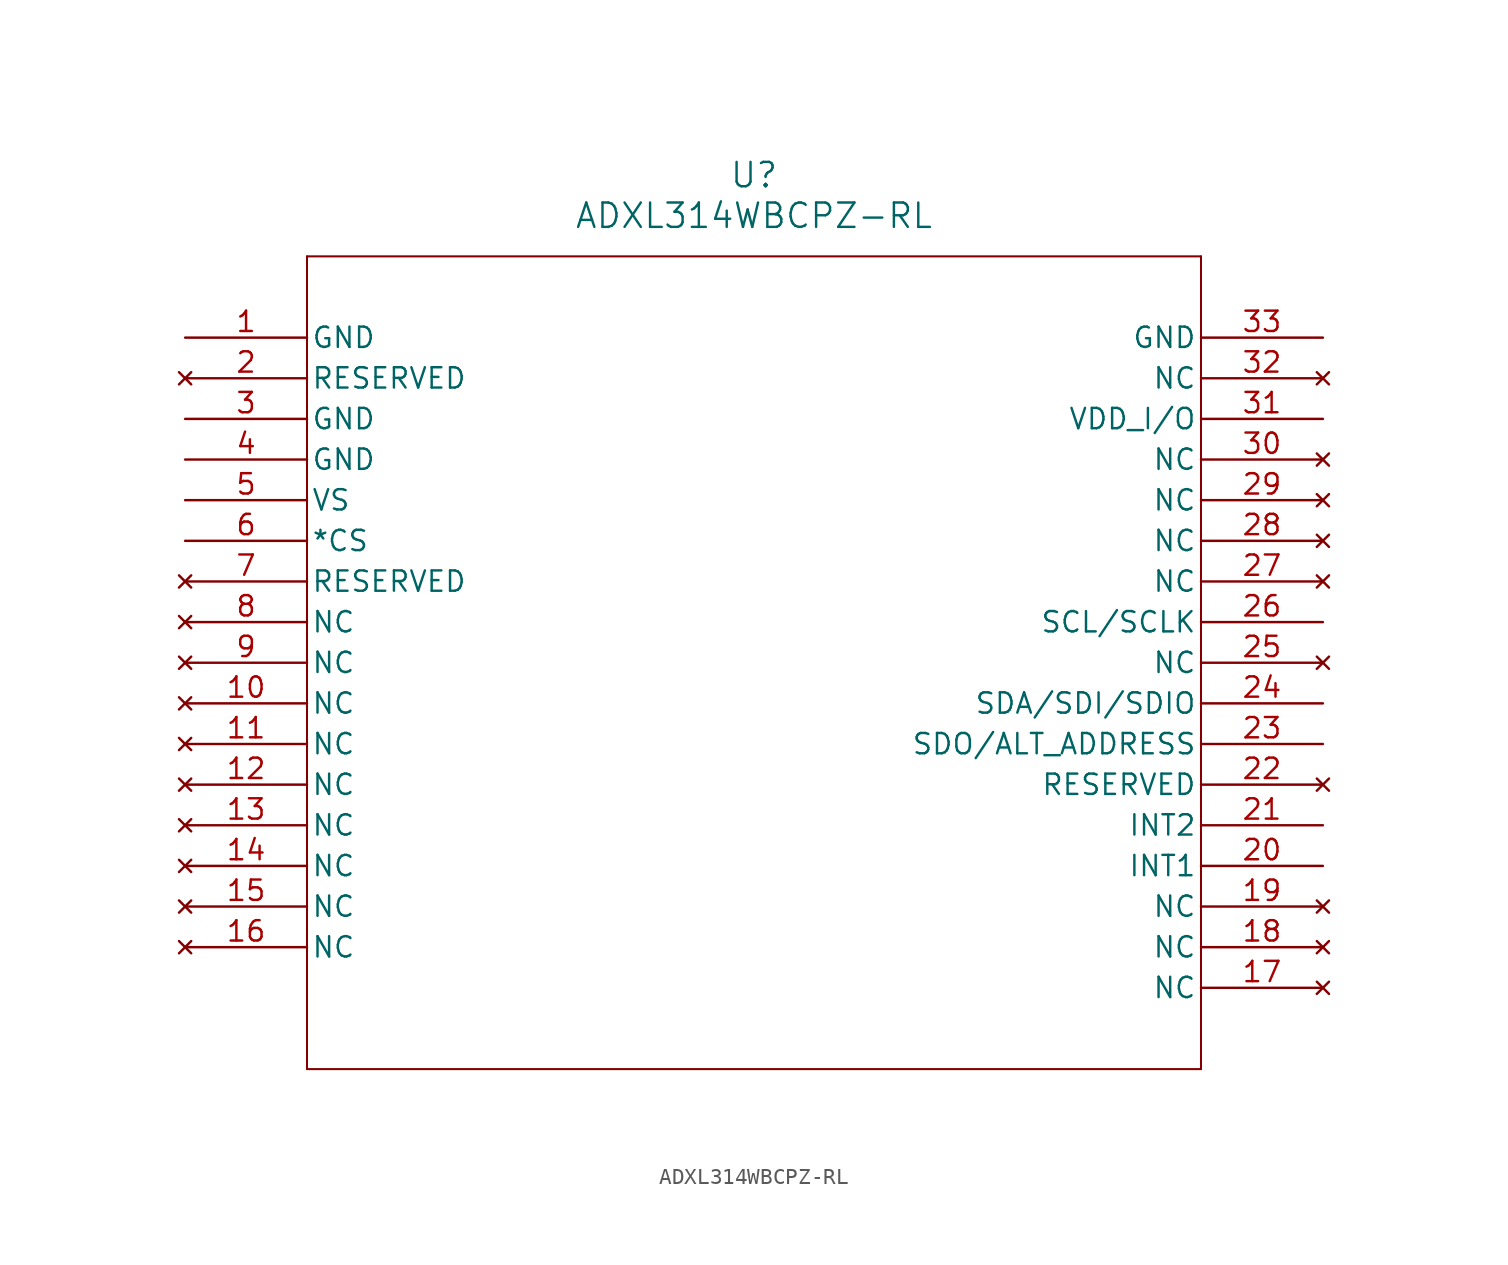
<source format=kicad_sym>
(kicad_symbol_lib
  (version 20211014)
  (generator kicad_symbol_editor)
  (symbol "ADXL314WBCPZ-RL"
    (pin_names
      (offset 0.254))
    (property "Reference" "U"
      (at 35.56 10.16 0)
      (effects (font (size 1.524 1.524))))
    (property "Value" "ADXL314WBCPZ-RL"
      (at 35.56 7.62 0)
      (effects (font (size 1.524 1.524))))
    (symbol "ADXL314WBCPZ-RL_0_1"
      (polyline (pts (xy 7.62 5.08) (xy 7.62 -45.72)) (stroke (width 0.127) (type default) (color 0 0 0 0)) (fill (type none)))
      (polyline (pts (xy 7.62 -45.72) (xy 63.5 -45.72)) (stroke (width 0.127) (type default) (color 0 0 0 0)) (fill (type none)))
      (polyline (pts (xy 63.5 -45.72) (xy 63.5 5.08)) (stroke (width 0.127) (type default) (color 0 0 0 0)) (fill (type none)))
      (polyline (pts (xy 63.5 5.08) (xy 7.62 5.08)) (stroke (width 0.127) (type default) (color 0 0 0 0)) (fill (type none)))
      (pin power_out line (at 0 0 0) (length 7.62) (name "GND" (effects (font (size 1.27 1.27)))) (number "1" (effects (font (size 1.27 1.27)))))
      (pin no_connect line (at 0 -2.54 0) (length 7.62) (name "RESERVED" (effects (font (size 1.27 1.27)))) (number "2" (effects (font (size 1.27 1.27)))))
      (pin power_out line (at 0 -5.08 0) (length 7.62) (name "GND" (effects (font (size 1.27 1.27)))) (number "3" (effects (font (size 1.27 1.27)))))
      (pin power_out line (at 0 -7.62 0) (length 7.62) (name "GND" (effects (font (size 1.27 1.27)))) (number "4" (effects (font (size 1.27 1.27)))))
      (pin power_in line (at 0 -10.16 0) (length 7.62) (name "VS" (effects (font (size 1.27 1.27)))) (number "5" (effects (font (size 1.27 1.27)))))
      (pin input line (at 0 -12.7 0) (length 7.62) (name "*CS" (effects (font (size 1.27 1.27)))) (number "6" (effects (font (size 1.27 1.27)))))
      (pin no_connect line (at 0 -15.24 0) (length 7.62) (name "RESERVED" (effects (font (size 1.27 1.27)))) (number "7" (effects (font (size 1.27 1.27)))))
      (pin no_connect line (at 0 -17.78 0) (length 7.62) (name "NC" (effects (font (size 1.27 1.27)))) (number "8" (effects (font (size 1.27 1.27)))))
      (pin no_connect line (at 0 -20.32 0) (length 7.62) (name "NC" (effects (font (size 1.27 1.27)))) (number "9" (effects (font (size 1.27 1.27)))))
      (pin no_connect line (at 0 -22.86 0) (length 7.62) (name "NC" (effects (font (size 1.27 1.27)))) (number "10" (effects (font (size 1.27 1.27)))))
      (pin no_connect line (at 0 -25.4 0) (length 7.62) (name "NC" (effects (font (size 1.27 1.27)))) (number "11" (effects (font (size 1.27 1.27)))))
      (pin no_connect line (at 0 -27.94 0) (length 7.62) (name "NC" (effects (font (size 1.27 1.27)))) (number "12" (effects (font (size 1.27 1.27)))))
      (pin no_connect line (at 0 -30.48 0) (length 7.62) (name "NC" (effects (font (size 1.27 1.27)))) (number "13" (effects (font (size 1.27 1.27)))))
      (pin no_connect line (at 0 -33.02 0) (length 7.62) (name "NC" (effects (font (size 1.27 1.27)))) (number "14" (effects (font (size 1.27 1.27)))))
      (pin no_connect line (at 0 -35.56 0) (length 7.62) (name "NC" (effects (font (size 1.27 1.27)))) (number "15" (effects (font (size 1.27 1.27)))))
      (pin no_connect line (at 0 -38.1 0) (length 7.62) (name "NC" (effects (font (size 1.27 1.27)))) (number "16" (effects (font (size 1.27 1.27)))))
      (pin no_connect line (at 71.12 -40.64 180) (length 7.62) (name "NC" (effects (font (size 1.27 1.27)))) (number "17" (effects (font (size 1.27 1.27)))))
      (pin no_connect line (at 71.12 -38.1 180) (length 7.62) (name "NC" (effects (font (size 1.27 1.27)))) (number "18" (effects (font (size 1.27 1.27)))))
      (pin no_connect line (at 71.12 -35.56 180) (length 7.62) (name "NC" (effects (font (size 1.27 1.27)))) (number "19" (effects (font (size 1.27 1.27)))))
      (pin output line (at 71.12 -33.02 180) (length 7.62) (name "INT1" (effects (font (size 1.27 1.27)))) (number "20" (effects (font (size 1.27 1.27)))))
      (pin output line (at 71.12 -30.48 180) (length 7.62) (name "INT2" (effects (font (size 1.27 1.27)))) (number "21" (effects (font (size 1.27 1.27)))))
      (pin no_connect line (at 71.12 -27.94 180) (length 7.62) (name "RESERVED" (effects (font (size 1.27 1.27)))) (number "22" (effects (font (size 1.27 1.27)))))
      (pin unspecified line (at 71.12 -25.4 180) (length 7.62) (name "SDO/ALT_ADDRESS" (effects (font (size 1.27 1.27)))) (number "23" (effects (font (size 1.27 1.27)))))
      (pin bidirectional line (at 71.12 -22.86 180) (length 7.62) (name "SDA/SDI/SDIO" (effects (font (size 1.27 1.27)))) (number "24" (effects (font (size 1.27 1.27)))))
      (pin no_connect line (at 71.12 -20.32 180) (length 7.62) (name "NC" (effects (font (size 1.27 1.27)))) (number "25" (effects (font (size 1.27 1.27)))))
      (pin input line (at 71.12 -17.78 180) (length 7.62) (name "SCL/SCLK" (effects (font (size 1.27 1.27)))) (number "26" (effects (font (size 1.27 1.27)))))
      (pin no_connect line (at 71.12 -15.24 180) (length 7.62) (name "NC" (effects (font (size 1.27 1.27)))) (number "27" (effects (font (size 1.27 1.27)))))
      (pin no_connect line (at 71.12 -12.7 180) (length 7.62) (name "NC" (effects (font (size 1.27 1.27)))) (number "28" (effects (font (size 1.27 1.27)))))
      (pin no_connect line (at 71.12 -10.16 180) (length 7.62) (name "NC" (effects (font (size 1.27 1.27)))) (number "29" (effects (font (size 1.27 1.27)))))
      (pin no_connect line (at 71.12 -7.62 180) (length 7.62) (name "NC" (effects (font (size 1.27 1.27)))) (number "30" (effects (font (size 1.27 1.27)))))
      (pin power_in line (at 71.12 -5.08 180) (length 7.62) (name "VDD_I/O" (effects (font (size 1.27 1.27)))) (number "31" (effects (font (size 1.27 1.27)))))
      (pin no_connect line (at 71.12 -2.54 180) (length 7.62) (name "NC" (effects (font (size 1.27 1.27)))) (number "32" (effects (font (size 1.27 1.27)))))
      (pin power_out line (at 71.12 0 180) (length 7.62) (name "GND" (effects (font (size 1.27 1.27)))) (number "33" (effects (font (size 1.27 1.27))))))))
</source>
